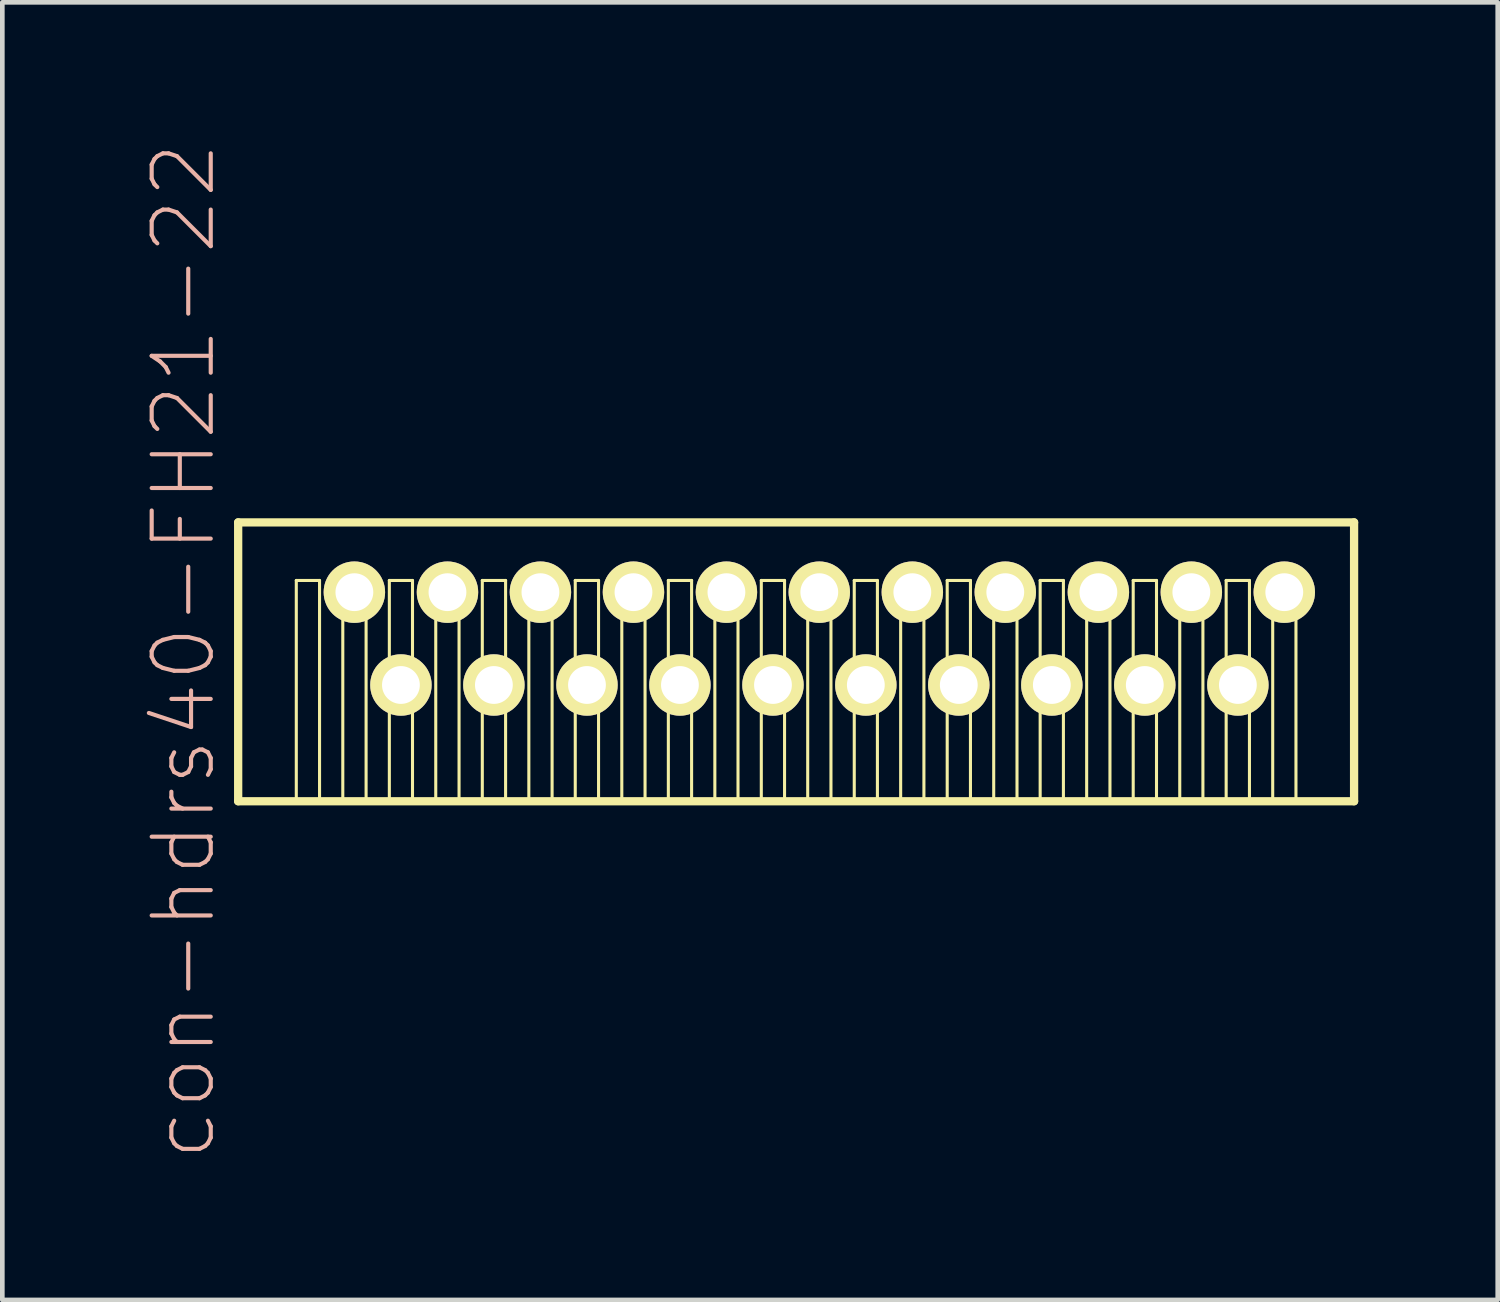
<source format=kicad_pcb>
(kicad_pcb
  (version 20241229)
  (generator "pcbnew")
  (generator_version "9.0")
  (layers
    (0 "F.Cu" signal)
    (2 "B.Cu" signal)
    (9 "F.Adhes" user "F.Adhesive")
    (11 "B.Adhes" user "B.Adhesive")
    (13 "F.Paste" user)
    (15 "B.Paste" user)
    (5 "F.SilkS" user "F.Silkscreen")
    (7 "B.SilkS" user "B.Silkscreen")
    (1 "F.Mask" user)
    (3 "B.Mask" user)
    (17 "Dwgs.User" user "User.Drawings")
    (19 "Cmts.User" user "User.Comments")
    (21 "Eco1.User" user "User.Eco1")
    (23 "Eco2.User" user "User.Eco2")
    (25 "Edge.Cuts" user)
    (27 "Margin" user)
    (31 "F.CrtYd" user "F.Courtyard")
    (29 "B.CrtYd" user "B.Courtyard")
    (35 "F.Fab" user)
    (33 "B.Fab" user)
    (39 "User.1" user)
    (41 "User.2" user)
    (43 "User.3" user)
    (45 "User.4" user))
  (footprint "con-hdrs40-FH21-22"
    (layer "F.Cu")
    (at 14.071 10.683)
    (property "Reference" "con-hdrs40-FH21-22" (at -13.172 0.269 90) (layer "B.SilkS") (effects (font (size 1.27 1.27) (thickness 0.089))))
    (attr exclude_from_pos_files exclude_from_bom)
    (fp_line (start -11.999 -2.499) (end 11.999 -2.499) (stroke (width 0.178) (type solid)) (layer "F.SilkS"))
    (fp_line (start -11.999 3.498) (end -11.999 -2.499) (stroke (width 0.178) (type solid)) (layer "F.SilkS"))
    (fp_line (start -10.749 -1.25) (end -10.249 -1.25) (stroke (width 0.066) (type solid)) (layer "F.SilkS"))
    (fp_line (start -10.749 3.498) (end -10.749 -1.25) (stroke (width 0.066) (type solid)) (layer "F.SilkS"))
    (fp_line (start -10.749 3.498) (end -10.249 3.498) (stroke (width 0.066) (type solid)) (layer "F.SilkS"))
    (fp_line (start -10.249 3.498) (end -10.249 -1.25) (stroke (width 0.066) (type solid)) (layer "F.SilkS"))
    (fp_line (start -9.749 -1.25) (end -9.248 -1.25) (stroke (width 0.066) (type solid)) (layer "F.SilkS"))
    (fp_line (start -9.749 3.498) (end -9.749 -1.25) (stroke (width 0.066) (type solid)) (layer "F.SilkS"))
    (fp_line (start -9.749 3.498) (end -9.248 3.498) (stroke (width 0.066) (type solid)) (layer "F.SilkS"))
    (fp_line (start -9.248 3.498) (end -9.248 -1.25) (stroke (width 0.066) (type solid)) (layer "F.SilkS"))
    (fp_line (start -8.748 -1.25) (end -8.25 -1.25) (stroke (width 0.066) (type solid)) (layer "F.SilkS"))
    (fp_line (start -8.748 3.498) (end -8.748 -1.25) (stroke (width 0.066) (type solid)) (layer "F.SilkS"))
    (fp_line (start -8.748 3.498) (end -8.25 3.498) (stroke (width 0.066) (type solid)) (layer "F.SilkS"))
    (fp_line (start -8.25 3.498) (end -8.25 -1.25) (stroke (width 0.066) (type solid)) (layer "F.SilkS"))
    (fp_line (start -7.75 -1.25) (end -7.249 -1.25) (stroke (width 0.066) (type solid)) (layer "F.SilkS"))
    (fp_line (start -7.75 3.498) (end -7.75 -1.25) (stroke (width 0.066) (type solid)) (layer "F.SilkS"))
    (fp_line (start -7.75 3.498) (end -7.249 3.498) (stroke (width 0.066) (type solid)) (layer "F.SilkS"))
    (fp_line (start -7.249 3.498) (end -7.249 -1.25) (stroke (width 0.066) (type solid)) (layer "F.SilkS"))
    (fp_line (start -6.749 -1.25) (end -6.248 -1.25) (stroke (width 0.066) (type solid)) (layer "F.SilkS"))
    (fp_line (start -6.749 3.498) (end -6.749 -1.25) (stroke (width 0.066) (type solid)) (layer "F.SilkS"))
    (fp_line (start -6.749 3.498) (end -6.248 3.498) (stroke (width 0.066) (type solid)) (layer "F.SilkS"))
    (fp_line (start -6.248 3.498) (end -6.248 -1.25) (stroke (width 0.066) (type solid)) (layer "F.SilkS"))
    (fp_line (start -5.748 -1.25) (end -5.248 -1.25) (stroke (width 0.066) (type solid)) (layer "F.SilkS"))
    (fp_line (start -5.748 3.498) (end -5.748 -1.25) (stroke (width 0.066) (type solid)) (layer "F.SilkS"))
    (fp_line (start -5.748 3.498) (end -5.248 3.498) (stroke (width 0.066) (type solid)) (layer "F.SilkS"))
    (fp_line (start -5.248 3.498) (end -5.248 -1.25) (stroke (width 0.066) (type solid)) (layer "F.SilkS"))
    (fp_line (start -4.75 -1.25) (end -4.249 -1.25) (stroke (width 0.066) (type solid)) (layer "F.SilkS"))
    (fp_line (start -4.75 3.498) (end -4.75 -1.25) (stroke (width 0.066) (type solid)) (layer "F.SilkS"))
    (fp_line (start -4.75 3.498) (end -4.249 3.498) (stroke (width 0.066) (type solid)) (layer "F.SilkS"))
    (fp_line (start -4.249 3.498) (end -4.249 -1.25) (stroke (width 0.066) (type solid)) (layer "F.SilkS"))
    (fp_line (start -3.749 -1.25) (end -3.249 -1.25) (stroke (width 0.066) (type solid)) (layer "F.SilkS"))
    (fp_line (start -3.749 3.498) (end -3.749 -1.25) (stroke (width 0.066) (type solid)) (layer "F.SilkS"))
    (fp_line (start -3.749 3.498) (end -3.249 3.498) (stroke (width 0.066) (type solid)) (layer "F.SilkS"))
    (fp_line (start -3.249 3.498) (end -3.249 -1.25) (stroke (width 0.066) (type solid)) (layer "F.SilkS"))
    (fp_line (start -2.748 -1.25) (end -2.248 -1.25) (stroke (width 0.066) (type solid)) (layer "F.SilkS"))
    (fp_line (start -2.748 3.498) (end -2.748 -1.25) (stroke (width 0.066) (type solid)) (layer "F.SilkS"))
    (fp_line (start -2.748 3.498) (end -2.248 3.498) (stroke (width 0.066) (type solid)) (layer "F.SilkS"))
    (fp_line (start -2.248 3.498) (end -2.248 -1.25) (stroke (width 0.066) (type solid)) (layer "F.SilkS"))
    (fp_line (start -1.748 -1.25) (end -1.25 -1.25) (stroke (width 0.066) (type solid)) (layer "F.SilkS"))
    (fp_line (start -1.748 3.498) (end -1.748 -1.25) (stroke (width 0.066) (type solid)) (layer "F.SilkS"))
    (fp_line (start -1.748 3.498) (end -1.25 3.498) (stroke (width 0.066) (type solid)) (layer "F.SilkS"))
    (fp_line (start -1.25 3.498) (end -1.25 -1.25) (stroke (width 0.066) (type solid)) (layer "F.SilkS"))
    (fp_line (start -0.749 -1.25) (end -0.249 -1.25) (stroke (width 0.066) (type solid)) (layer "F.SilkS"))
    (fp_line (start -0.749 3.498) (end -0.749 -1.25) (stroke (width 0.066) (type solid)) (layer "F.SilkS"))
    (fp_line (start -0.749 3.498) (end -0.249 3.498) (stroke (width 0.066) (type solid)) (layer "F.SilkS"))
    (fp_line (start -0.249 3.498) (end -0.249 -1.25) (stroke (width 0.066) (type solid)) (layer "F.SilkS"))
    (fp_line (start 0.249 -1.25) (end 0.749 -1.25) (stroke (width 0.066) (type solid)) (layer "F.SilkS"))
    (fp_line (start 0.249 3.498) (end 0.249 -1.25) (stroke (width 0.066) (type solid)) (layer "F.SilkS"))
    (fp_line (start 0.249 3.498) (end 0.749 3.498) (stroke (width 0.066) (type solid)) (layer "F.SilkS"))
    (fp_line (start 0.749 3.498) (end 0.749 -1.25) (stroke (width 0.066) (type solid)) (layer "F.SilkS"))
    (fp_line (start 1.25 -1.25) (end 1.748 -1.25) (stroke (width 0.066) (type solid)) (layer "F.SilkS"))
    (fp_line (start 1.25 3.498) (end 1.25 -1.25) (stroke (width 0.066) (type solid)) (layer "F.SilkS"))
    (fp_line (start 1.25 3.498) (end 1.748 3.498) (stroke (width 0.066) (type solid)) (layer "F.SilkS"))
    (fp_line (start 1.748 3.498) (end 1.748 -1.25) (stroke (width 0.066) (type solid)) (layer "F.SilkS"))
    (fp_line (start 2.248 -1.25) (end 2.748 -1.25) (stroke (width 0.066) (type solid)) (layer "F.SilkS"))
    (fp_line (start 2.248 3.498) (end 2.248 -1.25) (stroke (width 0.066) (type solid)) (layer "F.SilkS"))
    (fp_line (start 2.248 3.498) (end 2.748 3.498) (stroke (width 0.066) (type solid)) (layer "F.SilkS"))
    (fp_line (start 2.748 3.498) (end 2.748 -1.25) (stroke (width 0.066) (type solid)) (layer "F.SilkS"))
    (fp_line (start 3.249 -1.25) (end 3.749 -1.25) (stroke (width 0.066) (type solid)) (layer "F.SilkS"))
    (fp_line (start 3.249 3.498) (end 3.249 -1.25) (stroke (width 0.066) (type solid)) (layer "F.SilkS"))
    (fp_line (start 3.249 3.498) (end 3.749 3.498) (stroke (width 0.066) (type solid)) (layer "F.SilkS"))
    (fp_line (start 3.749 3.498) (end 3.749 -1.25) (stroke (width 0.066) (type solid)) (layer "F.SilkS"))
    (fp_line (start 4.249 -1.25) (end 4.75 -1.25) (stroke (width 0.066) (type solid)) (layer "F.SilkS"))
    (fp_line (start 4.249 3.498) (end 4.249 -1.25) (stroke (width 0.066) (type solid)) (layer "F.SilkS"))
    (fp_line (start 4.249 3.498) (end 4.75 3.498) (stroke (width 0.066) (type solid)) (layer "F.SilkS"))
    (fp_line (start 4.75 3.498) (end 4.75 -1.25) (stroke (width 0.066) (type solid)) (layer "F.SilkS"))
    (fp_line (start 5.248 -1.25) (end 5.748 -1.25) (stroke (width 0.066) (type solid)) (layer "F.SilkS"))
    (fp_line (start 5.248 3.498) (end 5.248 -1.25) (stroke (width 0.066) (type solid)) (layer "F.SilkS"))
    (fp_line (start 5.248 3.498) (end 5.748 3.498) (stroke (width 0.066) (type solid)) (layer "F.SilkS"))
    (fp_line (start 5.748 3.498) (end 5.748 -1.25) (stroke (width 0.066) (type solid)) (layer "F.SilkS"))
    (fp_line (start 6.248 -1.25) (end 6.749 -1.25) (stroke (width 0.066) (type solid)) (layer "F.SilkS"))
    (fp_line (start 6.248 3.498) (end 6.248 -1.25) (stroke (width 0.066) (type solid)) (layer "F.SilkS"))
    (fp_line (start 6.248 3.498) (end 6.749 3.498) (stroke (width 0.066) (type solid)) (layer "F.SilkS"))
    (fp_line (start 6.749 3.498) (end 6.749 -1.25) (stroke (width 0.066) (type solid)) (layer "F.SilkS"))
    (fp_line (start 7.249 -1.25) (end 7.75 -1.25) (stroke (width 0.066) (type solid)) (layer "F.SilkS"))
    (fp_line (start 7.249 3.498) (end 7.249 -1.25) (stroke (width 0.066) (type solid)) (layer "F.SilkS"))
    (fp_line (start 7.249 3.498) (end 7.75 3.498) (stroke (width 0.066) (type solid)) (layer "F.SilkS"))
    (fp_line (start 7.75 3.498) (end 7.75 -1.25) (stroke (width 0.066) (type solid)) (layer "F.SilkS"))
    (fp_line (start 8.25 -1.25) (end 8.748 -1.25) (stroke (width 0.066) (type solid)) (layer "F.SilkS"))
    (fp_line (start 8.25 3.498) (end 8.25 -1.25) (stroke (width 0.066) (type solid)) (layer "F.SilkS"))
    (fp_line (start 8.25 3.498) (end 8.748 3.498) (stroke (width 0.066) (type solid)) (layer "F.SilkS"))
    (fp_line (start 8.748 3.498) (end 8.748 -1.25) (stroke (width 0.066) (type solid)) (layer "F.SilkS"))
    (fp_line (start 9.248 -1.25) (end 9.749 -1.25) (stroke (width 0.066) (type solid)) (layer "F.SilkS"))
    (fp_line (start 9.248 3.498) (end 9.248 -1.25) (stroke (width 0.066) (type solid)) (layer "F.SilkS"))
    (fp_line (start 9.248 3.498) (end 9.749 3.498) (stroke (width 0.066) (type solid)) (layer "F.SilkS"))
    (fp_line (start 9.749 3.498) (end 9.749 -1.25) (stroke (width 0.066) (type solid)) (layer "F.SilkS"))
    (fp_line (start 10.249 -1.25) (end 10.749 -1.25) (stroke (width 0.066) (type solid)) (layer "F.SilkS"))
    (fp_line (start 10.249 3.498) (end 10.249 -1.25) (stroke (width 0.066) (type solid)) (layer "F.SilkS"))
    (fp_line (start 10.249 3.498) (end 10.749 3.498) (stroke (width 0.066) (type solid)) (layer "F.SilkS"))
    (fp_line (start 10.749 3.498) (end 10.749 -1.25) (stroke (width 0.066) (type solid)) (layer "F.SilkS"))
    (fp_line (start 11.999 -2.499) (end 11.999 3.498) (stroke (width 0.178) (type solid)) (layer "F.SilkS"))
    (fp_line (start 11.999 3.498) (end -11.999 3.498) (stroke (width 0.178) (type solid)) (layer "F.SilkS"))
    (pad "1" thru_hole rect (at -10.498 0.998) (size 0.001 0.001) (drill 0.813) (layers "*.Cu" "F.Mask" "F.SilkS" "F.Paste"))
    (pad "2" thru_hole circle (at -9.5 -0.998) (size 1.321 1.321) (drill 0.813) (layers "*.Cu" "F.Mask" "F.SilkS" "F.Paste"))
    (pad "3" thru_hole circle (at -8.499 0.998) (size 1.321 1.321) (drill 0.813) (layers "*.Cu" "F.Mask" "F.SilkS" "F.Paste"))
    (pad "4" thru_hole circle (at -7.498 -0.998) (size 1.321 1.321) (drill 0.813) (layers "*.Cu" "F.Mask" "F.SilkS" "F.Paste"))
    (pad "5" thru_hole circle (at -6.5 0.998) (size 1.321 1.321) (drill 0.813) (layers "*.Cu" "F.Mask" "F.SilkS" "F.Paste"))
    (pad "6" thru_hole circle (at -5.499 -0.998) (size 1.321 1.321) (drill 0.813) (layers "*.Cu" "F.Mask" "F.SilkS" "F.Paste"))
    (pad "7" thru_hole circle (at -4.498 0.998) (size 1.321 1.321) (drill 0.813) (layers "*.Cu" "F.Mask" "F.SilkS" "F.Paste"))
    (pad "8" thru_hole circle (at -3.498 -0.998) (size 1.321 1.321) (drill 0.813) (layers "*.Cu" "F.Mask" "F.SilkS" "F.Paste"))
    (pad "9" thru_hole circle (at -2.499 0.998) (size 1.321 1.321) (drill 0.813) (layers "*.Cu" "F.Mask" "F.SilkS" "F.Paste"))
    (pad "10" thru_hole circle (at -1.499 -0.998) (size 1.321 1.321) (drill 0.813) (layers "*.Cu" "F.Mask" "F.SilkS" "F.Paste"))
    (pad "11" thru_hole circle (at -0.498 0.998) (size 1.321 1.321) (drill 0.813) (layers "*.Cu" "F.Mask" "F.SilkS" "F.Paste"))
    (pad "12" thru_hole circle (at 0.498 -0.998) (size 1.321 1.321) (drill 0.813) (layers "*.Cu" "F.Mask" "F.SilkS" "F.Paste"))
    (pad "13" thru_hole circle (at 1.499 0.998) (size 1.321 1.321) (drill 0.813) (layers "*.Cu" "F.Mask" "F.SilkS" "F.Paste"))
    (pad "14" thru_hole circle (at 2.499 -0.998) (size 1.321 1.321) (drill 0.813) (layers "*.Cu" "F.Mask" "F.SilkS" "F.Paste"))
    (pad "15" thru_hole circle (at 3.498 0.998) (size 1.321 1.321) (drill 0.813) (layers "*.Cu" "F.Mask" "F.SilkS" "F.Paste"))
    (pad "16" thru_hole circle (at 4.498 -0.998) (size 1.321 1.321) (drill 0.813) (layers "*.Cu" "F.Mask" "F.SilkS" "F.Paste"))
    (pad "17" thru_hole circle (at 5.499 0.998) (size 1.321 1.321) (drill 0.813) (layers "*.Cu" "F.Mask" "F.SilkS" "F.Paste"))
    (pad "18" thru_hole circle (at 6.5 -0.998) (size 1.321 1.321) (drill 0.813) (layers "*.Cu" "F.Mask" "F.SilkS" "F.Paste"))
    (pad "19" thru_hole circle (at 7.498 0.998) (size 1.321 1.321) (drill 0.813) (layers "*.Cu" "F.Mask" "F.SilkS" "F.Paste"))
    (pad "20" thru_hole circle (at 8.499 -0.998) (size 1.321 1.321) (drill 0.813) (layers "*.Cu" "F.Mask" "F.SilkS" "F.Paste"))
    (pad "21" thru_hole circle (at 9.5 0.998) (size 1.321 1.321) (drill 0.813) (layers "*.Cu" "F.Mask" "F.SilkS" "F.Paste"))
    (pad "22" thru_hole circle (at 10.498 -0.998) (size 1.321 1.321) (drill 0.813) (layers "*.Cu" "F.Mask" "F.SilkS" "F.Paste")))
  (gr_rect
    (start -3 -3)
    (end 29.159 24.905)
    (stroke (width 0.1) (type default))
    (fill no)
    (layer "Edge.Cuts")))
</source>
